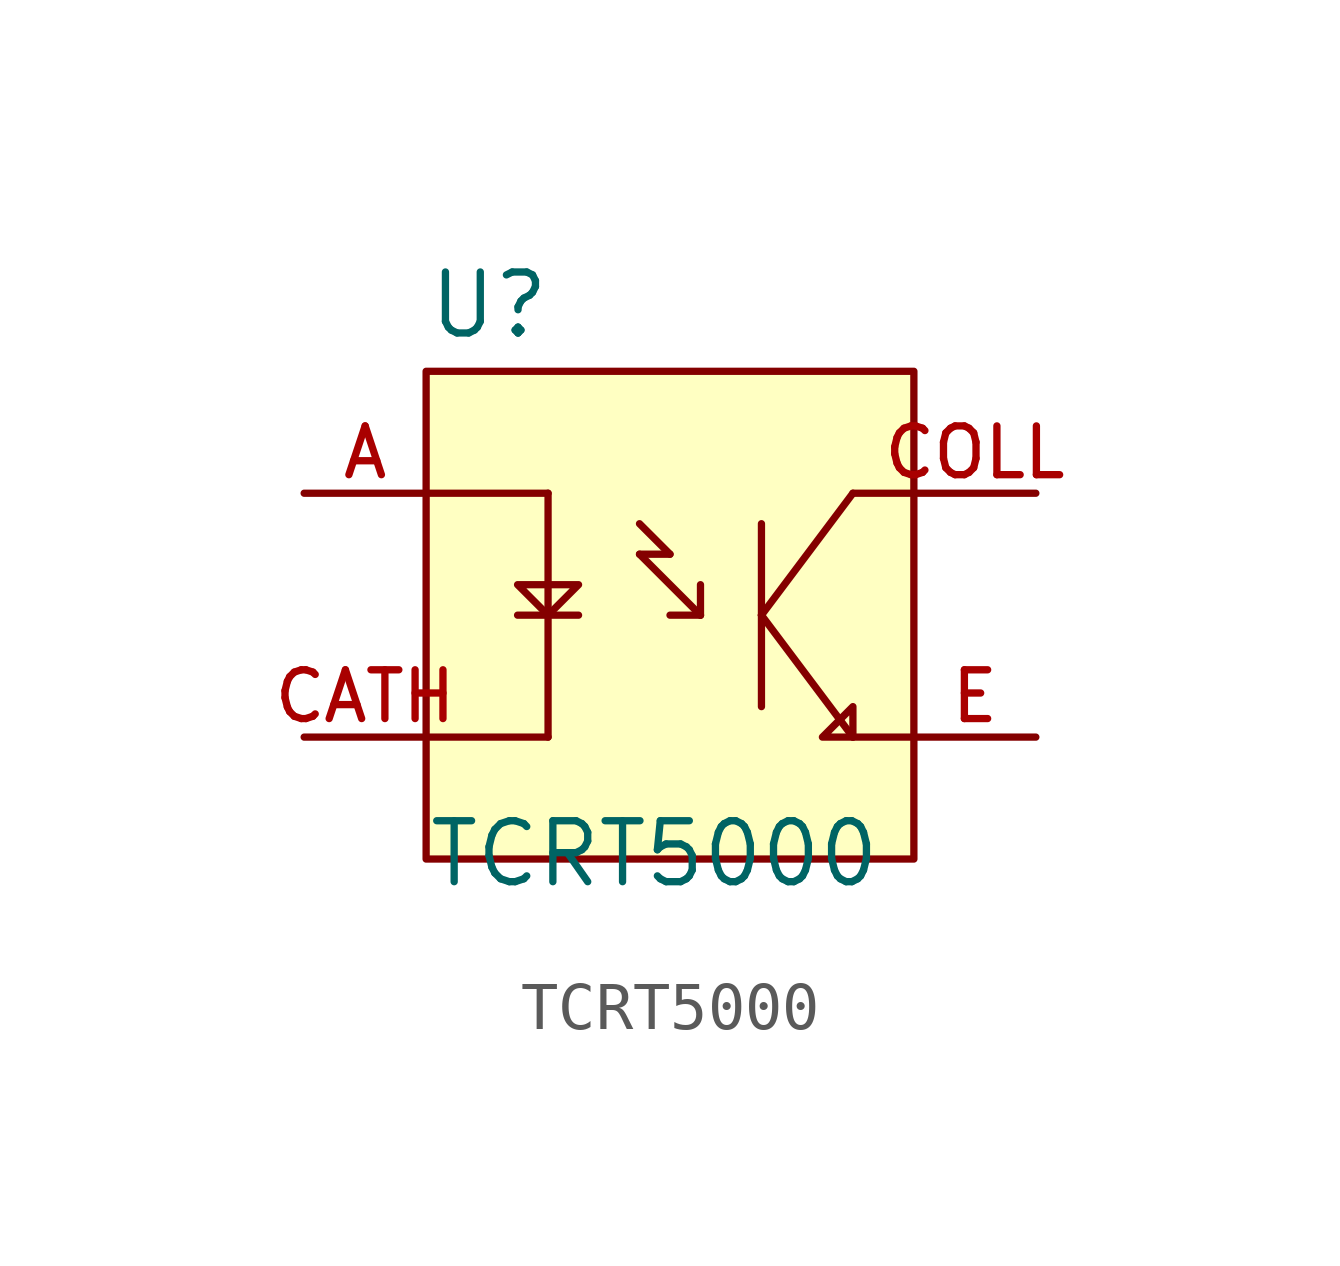
<source format=kicad_sym>
(kicad_symbol_lib
  (version 20211014)
  (generator kicad_symbol_editor)
  (symbol "TCRT5000"
    (pin_names
      (offset 1.016) hide)
    (property "Reference" "U"
      (at -5.08 5.715 0)
      (effects (font (size 1.27 1.27)) (justify left bottom)))
    (property "Value" "TCRT5000"
      (at -5.08 -5.715 0)
      (effects (font (size 1.27 1.27)) (justify left bottom)))
    (symbol "TCRT5000_0_0"
      (rectangle (start -5.08 -5.08) (end 5.08 5.08) (stroke (width 0.152) (type default) (color 0 0 0 0)) (fill (type background)))
      (polyline (pts (xy -5.08 2.54) (xy -2.54 2.54)) (stroke (width 0.152) (type default) (color 0 0 0 0)) (fill (type none)))
      (polyline (pts (xy -3.175 0) (xy -1.905 0)) (stroke (width 0.152) (type default) (color 0 0 0 0)) (fill (type none)))
      (polyline (pts (xy -2.54 -2.54) (xy -5.08 -2.54)) (stroke (width 0.152) (type default) (color 0 0 0 0)) (fill (type none)))
      (polyline (pts (xy -2.54 2.54) (xy -2.54 -2.54)) (stroke (width 0.152) (type default) (color 0 0 0 0)) (fill (type none)))
      (polyline (pts (xy -0.635 1.27) (xy 0.635 0)) (stroke (width 0.152) (type default) (color 0 0 0 0)) (fill (type none)))
      (polyline (pts (xy -0.635 1.905) (xy 0 1.27)) (stroke (width 0.152) (type default) (color 0 0 0 0)) (fill (type none)))
      (polyline (pts (xy 0 1.27) (xy -0.635 1.27)) (stroke (width 0.152) (type default) (color 0 0 0 0)) (fill (type none)))
      (polyline (pts (xy 0.635 0) (xy 0 0)) (stroke (width 0.152) (type default) (color 0 0 0 0)) (fill (type none)))
      (polyline (pts (xy 0.635 0.635) (xy 0.635 0)) (stroke (width 0.152) (type default) (color 0 0 0 0)) (fill (type none)))
      (polyline (pts (xy 1.905 0) (xy 1.905 -1.905)) (stroke (width 0.152) (type default) (color 0 0 0 0)) (fill (type none)))
      (polyline (pts (xy 1.905 0) (xy 3.81 -2.54)) (stroke (width 0.152) (type default) (color 0 0 0 0)) (fill (type none)))
      (polyline (pts (xy 1.905 0) (xy 3.81 2.54)) (stroke (width 0.152) (type default) (color 0 0 0 0)) (fill (type none)))
      (polyline (pts (xy 1.905 1.905) (xy 1.905 0)) (stroke (width 0.152) (type default) (color 0 0 0 0)) (fill (type none)))
      (polyline (pts (xy 3.81 -2.54) (xy 5.08 -2.54)) (stroke (width 0.152) (type default) (color 0 0 0 0)) (fill (type none)))
      (polyline (pts (xy 3.81 2.54) (xy 5.08 2.54)) (stroke (width 0.152) (type default) (color 0 0 0 0)) (fill (type none)))
      (polyline (pts (xy -3.175 0.635) (xy -1.905 0.635) (xy -2.54 0) (xy -3.175 0.635)) (stroke (width 0.152) (type default) (color 0 0 0 0)) (fill (type background)))
      (polyline (pts (xy 3.175 -2.54) (xy 3.81 -2.54) (xy 3.81 -1.905) (xy 3.175 -2.54)) (stroke (width 0.152) (type default) (color 0 0 0 0)) (fill (type background)))
      (pin passive line (at -7.62 2.54 0) (length 2.54) (name "~" (effects (font (size 1.016 1.016)))) (number "A" (effects (font (size 1.016 1.016)))))
      (pin passive line (at -7.62 -2.54 0) (length 2.54) (name "~" (effects (font (size 1.016 1.016)))) (number "CATH" (effects (font (size 1.016 1.016)))))
      (pin passive line (at 7.62 2.54 180) (length 2.54) (name "~" (effects (font (size 1.016 1.016)))) (number "COLL" (effects (font (size 1.016 1.016)))))
      (pin passive line (at 7.62 -2.54 180) (length 2.54) (name "~" (effects (font (size 1.016 1.016)))) (number "E" (effects (font (size 1.016 1.016))))))))
</source>
